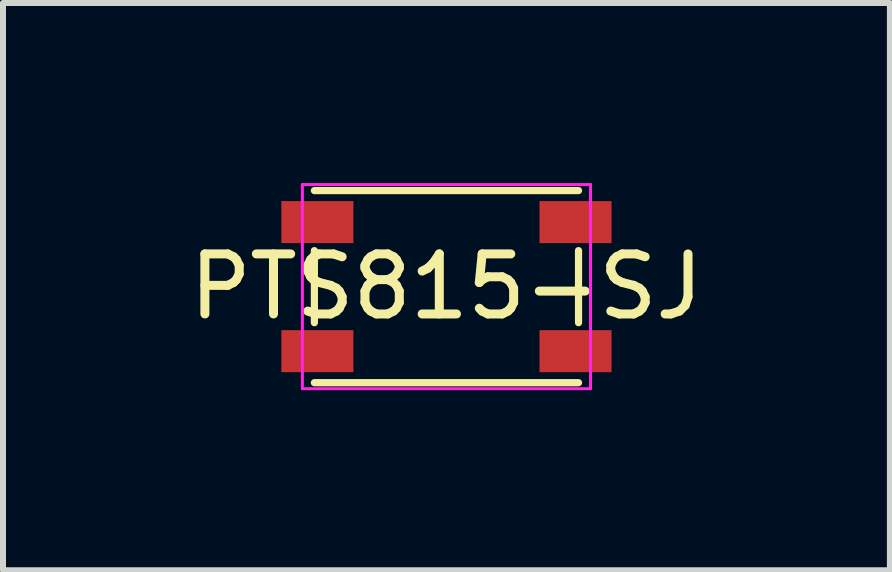
<source format=kicad_pcb>
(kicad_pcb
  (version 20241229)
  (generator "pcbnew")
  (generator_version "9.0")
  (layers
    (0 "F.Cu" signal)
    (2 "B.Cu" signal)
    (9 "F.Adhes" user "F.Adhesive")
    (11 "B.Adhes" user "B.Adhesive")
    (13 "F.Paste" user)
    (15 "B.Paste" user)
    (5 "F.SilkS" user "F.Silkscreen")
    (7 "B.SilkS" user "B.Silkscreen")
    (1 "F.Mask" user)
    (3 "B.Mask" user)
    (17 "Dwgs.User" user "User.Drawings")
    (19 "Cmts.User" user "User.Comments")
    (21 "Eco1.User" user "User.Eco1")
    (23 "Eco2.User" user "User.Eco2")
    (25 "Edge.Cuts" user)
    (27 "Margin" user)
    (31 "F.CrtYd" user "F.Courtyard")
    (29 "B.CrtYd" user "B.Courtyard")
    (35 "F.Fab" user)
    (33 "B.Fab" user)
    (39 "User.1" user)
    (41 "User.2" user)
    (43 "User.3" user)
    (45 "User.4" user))
  (footprint "PTS815-SJ"
    (layer "F.Cu")
    (at 4.387 1.725)
    (property "Reference" "PTS815-SJ" (at 0 0 0) (unlocked yes) (layer "F.SilkS") (effects (font (size 1 1) (thickness 0.15))))
    (attr smd)
    (fp_line (start -2.2 -0.6) (end -2.2 0.6) (stroke (width 0.12) (type solid)) (layer "F.SilkS"))
    (fp_line (start -2.2 1.6) (end 2.2 1.6) (stroke (width 0.12) (type solid)) (layer "F.SilkS"))
    (fp_line (start 2.2 -1.6) (end -2.2 -1.6) (stroke (width 0.12) (type solid)) (layer "F.SilkS"))
    (fp_line (start 2.2 0.6) (end 2.2 -0.6) (stroke (width 0.12) (type solid)) (layer "F.SilkS"))
    (fp_line (start -2.4 -1.7) (end -2.4 1.7) (stroke (width 0.05) (type solid)) (layer "F.CrtYd"))
    (fp_line (start -2.4 1.7) (end 2.4 1.7) (stroke (width 0.05) (type solid)) (layer "F.CrtYd"))
    (fp_line (start 2.4 -1.7) (end -2.4 -1.7) (stroke (width 0.05) (type solid)) (layer "F.CrtYd"))
    (fp_line (start 2.4 1.7) (end 2.4 -1.7) (stroke (width 0.05) (type solid)) (layer "F.CrtYd"))
    (pad "1" smd rect (at -2.15 1.075) (size 1.2 0.7) (layers "F.Cu" "F.Mask" "F.Paste"))
    (pad "1" smd rect (at 2.15 1.075) (size 1.2 0.7) (layers "F.Cu" "F.Mask" "F.Paste"))
    (pad "2" smd rect (at -2.15 -1.075) (size 1.2 0.7) (layers "F.Cu" "F.Mask" "F.Paste"))
    (pad "2" smd rect (at 2.15 -1.075) (size 1.2 0.7) (layers "F.Cu" "F.Mask" "F.Paste")))
  (gr_rect
    (start -3 -3)
    (end 11.774 6.45)
    (stroke (width 0.1) (type default))
    (fill no)
    (layer "Edge.Cuts")))
</source>
